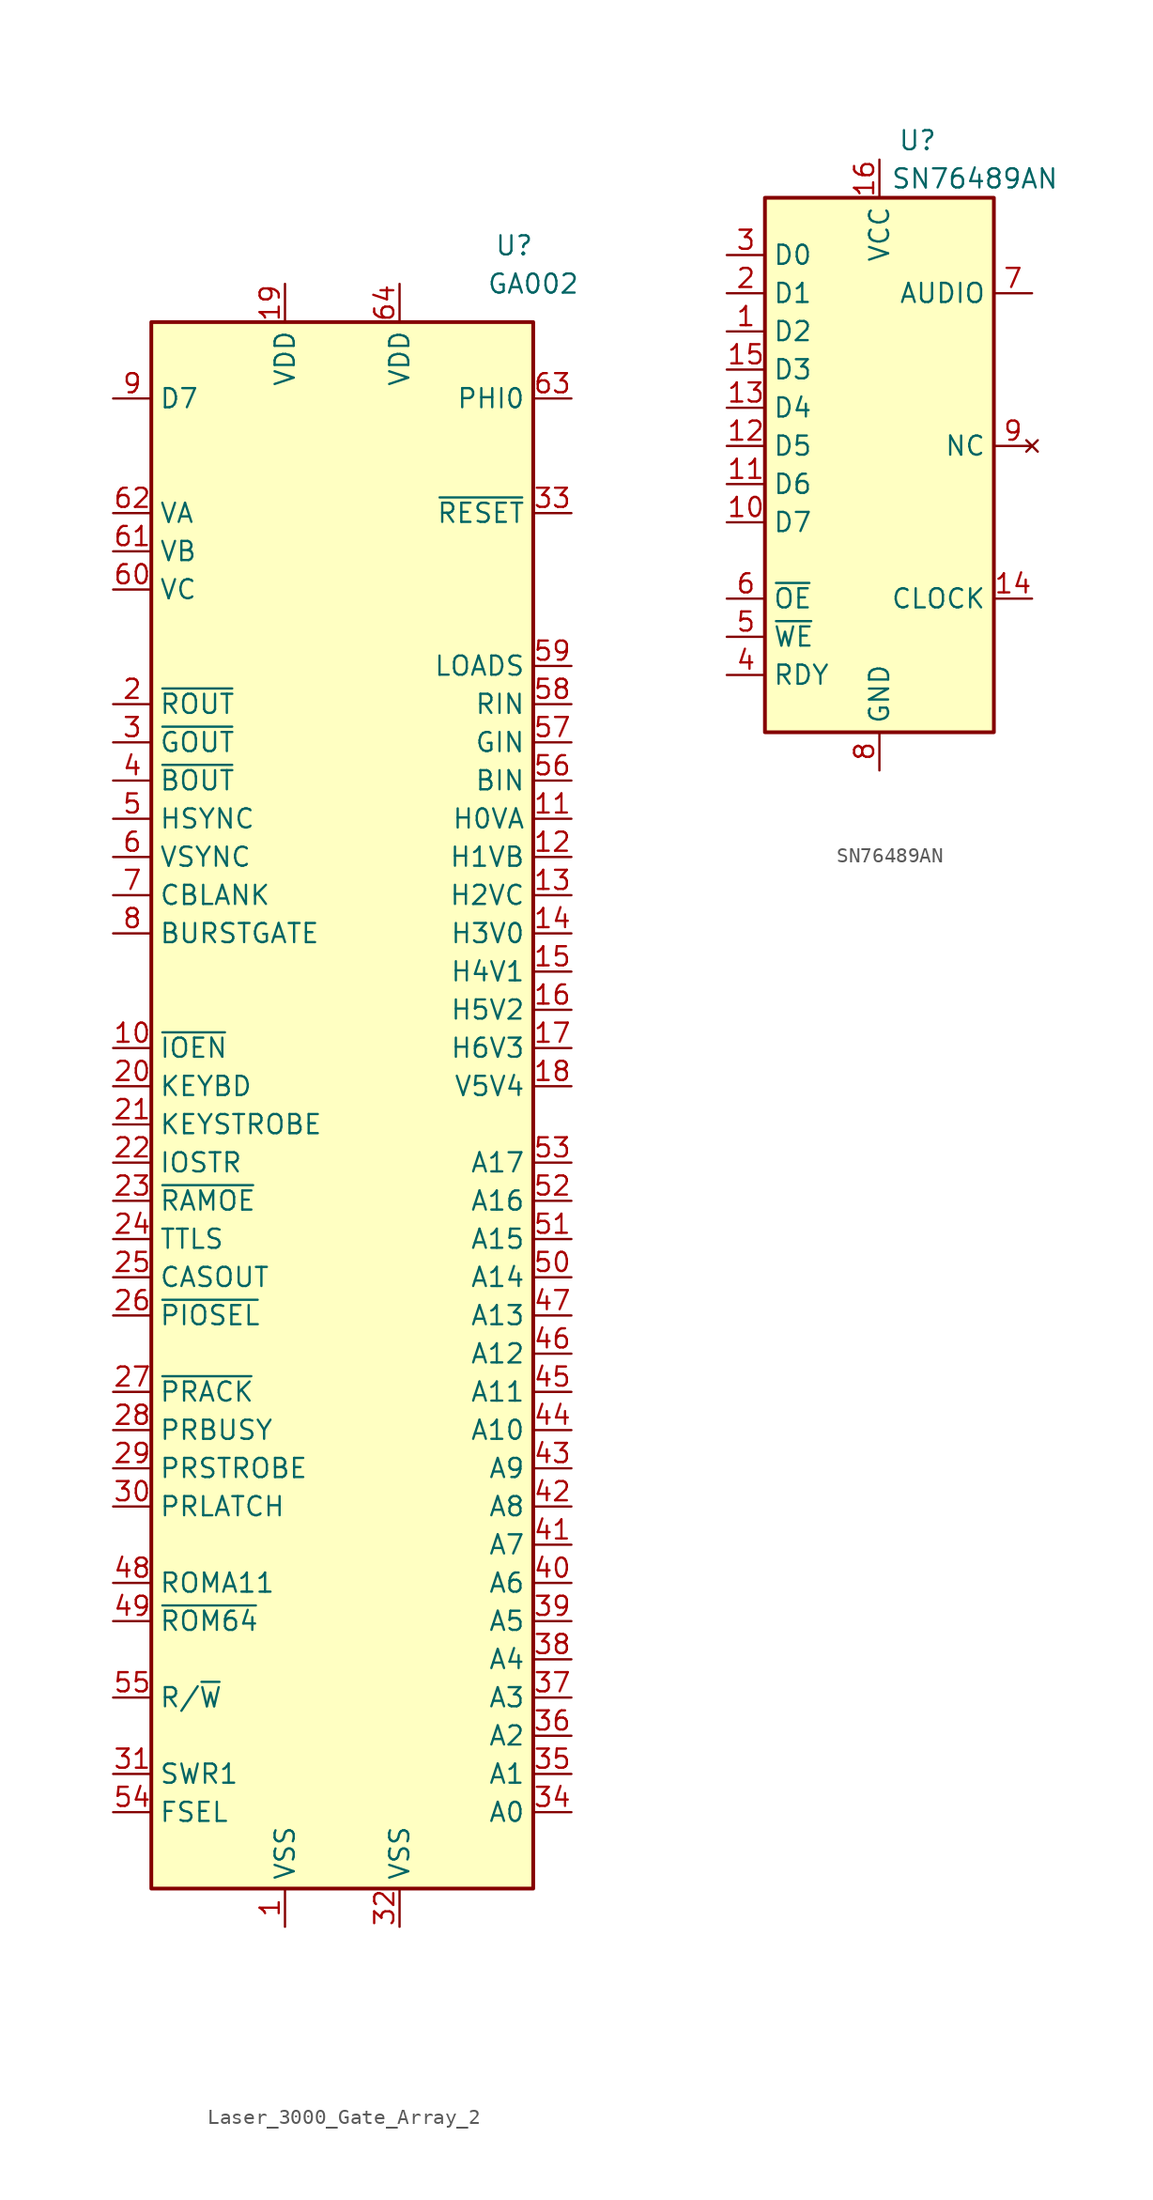
<source format=kicad_sym>
(kicad_symbol_lib
  (version 20220914)
  (generator kicad_symbol_editor)
  (symbol "Laser_3000_Gate_Array_2"
    (property "Reference" "U"
      (at 11.43 1.27 0)
      (effects (font (size 1.27 1.27))))
    (property "Value" "GA002"
      (at 12.7 -1.27 0)
      (effects (font (size 1.27 1.27))))
    (symbol "Laser_3000_Gate_Array_2_1_1"
      (rectangle (start -12.7 -3.81) (end 12.7 -107.95) (stroke (width 0.25) (type default)) (fill (type background)))
      (pin power_in line (at -3.81 -110.49 90) (length 2.54) (name "VSS" (effects (font (size 1.27 1.27)))) (number "1" (effects (font (size 1.27 1.27)))))
      (pin output line (at -15.24 -52.07 0) (length 2.54) (name "~{IOEN}" (effects (font (size 1.27 1.27)))) (number "10" (effects (font (size 1.27 1.27)))))
      (pin input line (at 15.24 -36.83 180) (length 2.54) (name "H0VA" (effects (font (size 1.27 1.27)))) (number "11" (effects (font (size 1.27 1.27)))))
      (pin input line (at 15.24 -39.37 180) (length 2.54) (name "H1VB" (effects (font (size 1.27 1.27)))) (number "12" (effects (font (size 1.27 1.27)))))
      (pin input line (at 15.24 -41.91 180) (length 2.54) (name "H2VC" (effects (font (size 1.27 1.27)))) (number "13" (effects (font (size 1.27 1.27)))))
      (pin input line (at 15.24 -44.45 180) (length 2.54) (name "H3V0" (effects (font (size 1.27 1.27)))) (number "14" (effects (font (size 1.27 1.27)))))
      (pin input line (at 15.24 -46.99 180) (length 2.54) (name "H4V1" (effects (font (size 1.27 1.27)))) (number "15" (effects (font (size 1.27 1.27)))))
      (pin input line (at 15.24 -49.53 180) (length 2.54) (name "H5V2" (effects (font (size 1.27 1.27)))) (number "16" (effects (font (size 1.27 1.27)))))
      (pin input line (at 15.24 -52.07 180) (length 2.54) (name "H6V3" (effects (font (size 1.27 1.27)))) (number "17" (effects (font (size 1.27 1.27)))))
      (pin input line (at 15.24 -54.61 180) (length 2.54) (name "V5V4" (effects (font (size 1.27 1.27)))) (number "18" (effects (font (size 1.27 1.27)))))
      (pin power_in line (at -3.81 -1.27 270) (length 2.54) (name "VDD" (effects (font (size 1.27 1.27)))) (number "19" (effects (font (size 1.27 1.27)))))
      (pin output line (at -15.24 -29.21 0) (length 2.54) (name "~{ROUT}" (effects (font (size 1.27 1.27)))) (number "2" (effects (font (size 1.27 1.27)))))
      (pin output line (at -15.24 -54.61 0) (length 2.54) (name "KEYBD" (effects (font (size 1.27 1.27)))) (number "20" (effects (font (size 1.27 1.27)))))
      (pin output line (at -15.24 -57.15 0) (length 2.54) (name "KEYSTROBE" (effects (font (size 1.27 1.27)))) (number "21" (effects (font (size 1.27 1.27)))))
      (pin output line (at -15.24 -59.69 0) (length 2.54) (name "IOSTR" (effects (font (size 1.27 1.27)))) (number "22" (effects (font (size 1.27 1.27)))))
      (pin output line (at -15.24 -62.23 0) (length 2.54) (name "~{RAMOE}" (effects (font (size 1.27 1.27)))) (number "23" (effects (font (size 1.27 1.27)))))
      (pin output line (at -15.24 -64.77 0) (length 2.54) (name "TTLS" (effects (font (size 1.27 1.27)))) (number "24" (effects (font (size 1.27 1.27)))))
      (pin output line (at -15.24 -67.31 0) (length 2.54) (name "CASOUT" (effects (font (size 1.27 1.27)))) (number "25" (effects (font (size 1.27 1.27)))))
      (pin output line (at -15.24 -69.85 0) (length 2.54) (name "~{PIOSEL}" (effects (font (size 1.27 1.27)))) (number "26" (effects (font (size 1.27 1.27)))))
      (pin input line (at -15.24 -74.93 0) (length 2.54) (name "~{PRACK}" (effects (font (size 1.27 1.27)))) (number "27" (effects (font (size 1.27 1.27)))))
      (pin input line (at -15.24 -77.47 0) (length 2.54) (name "PRBUSY" (effects (font (size 1.27 1.27)))) (number "28" (effects (font (size 1.27 1.27)))))
      (pin output line (at -15.24 -80.01 0) (length 2.54) (name "PRSTROBE" (effects (font (size 1.27 1.27)))) (number "29" (effects (font (size 1.27 1.27)))))
      (pin output line (at -15.24 -31.75 0) (length 2.54) (name "~{GOUT}" (effects (font (size 1.27 1.27)))) (number "3" (effects (font (size 1.27 1.27)))))
      (pin output line (at -15.24 -82.55 0) (length 2.54) (name "PRLATCH" (effects (font (size 1.27 1.27)))) (number "30" (effects (font (size 1.27 1.27)))))
      (pin input line (at -15.24 -100.33 0) (length 2.54) (name "SWR1" (effects (font (size 1.27 1.27)))) (number "31" (effects (font (size 1.27 1.27)))))
      (pin power_in line (at 3.81 -110.49 90) (length 2.54) (name "VSS" (effects (font (size 1.27 1.27)))) (number "32" (effects (font (size 1.27 1.27)))))
      (pin input line (at 15.24 -16.51 180) (length 2.54) (name "~{RESET}" (effects (font (size 1.27 1.27)))) (number "33" (effects (font (size 1.27 1.27)))))
      (pin input line (at 15.24 -102.87 180) (length 2.54) (name "A0" (effects (font (size 1.27 1.27)))) (number "34" (effects (font (size 1.27 1.27)))))
      (pin input line (at 15.24 -100.33 180) (length 2.54) (name "A1" (effects (font (size 1.27 1.27)))) (number "35" (effects (font (size 1.27 1.27)))))
      (pin input line (at 15.24 -97.79 180) (length 2.54) (name "A2" (effects (font (size 1.27 1.27)))) (number "36" (effects (font (size 1.27 1.27)))))
      (pin input line (at 15.24 -95.25 180) (length 2.54) (name "A3" (effects (font (size 1.27 1.27)))) (number "37" (effects (font (size 1.27 1.27)))))
      (pin input line (at 15.24 -92.71 180) (length 2.54) (name "A4" (effects (font (size 1.27 1.27)))) (number "38" (effects (font (size 1.27 1.27)))))
      (pin input line (at 15.24 -90.17 180) (length 2.54) (name "A5" (effects (font (size 1.27 1.27)))) (number "39" (effects (font (size 1.27 1.27)))))
      (pin output line (at -15.24 -34.29 0) (length 2.54) (name "~{BOUT}" (effects (font (size 1.27 1.27)))) (number "4" (effects (font (size 1.27 1.27)))))
      (pin input line (at 15.24 -87.63 180) (length 2.54) (name "A6" (effects (font (size 1.27 1.27)))) (number "40" (effects (font (size 1.27 1.27)))))
      (pin input line (at 15.24 -85.09 180) (length 2.54) (name "A7" (effects (font (size 1.27 1.27)))) (number "41" (effects (font (size 1.27 1.27)))))
      (pin input line (at 15.24 -82.55 180) (length 2.54) (name "A8" (effects (font (size 1.27 1.27)))) (number "42" (effects (font (size 1.27 1.27)))))
      (pin input line (at 15.24 -80.01 180) (length 2.54) (name "A9" (effects (font (size 1.27 1.27)))) (number "43" (effects (font (size 1.27 1.27)))))
      (pin input line (at 15.24 -77.47 180) (length 2.54) (name "A10" (effects (font (size 1.27 1.27)))) (number "44" (effects (font (size 1.27 1.27)))))
      (pin input line (at 15.24 -74.93 180) (length 2.54) (name "A11" (effects (font (size 1.27 1.27)))) (number "45" (effects (font (size 1.27 1.27)))))
      (pin input line (at 15.24 -72.39 180) (length 2.54) (name "A12" (effects (font (size 1.27 1.27)))) (number "46" (effects (font (size 1.27 1.27)))))
      (pin input line (at 15.24 -69.85 180) (length 2.54) (name "A13" (effects (font (size 1.27 1.27)))) (number "47" (effects (font (size 1.27 1.27)))))
      (pin output line (at -15.24 -87.63 0) (length 2.54) (name "ROMA11" (effects (font (size 1.27 1.27)))) (number "48" (effects (font (size 1.27 1.27)))))
      (pin output line (at -15.24 -90.17 0) (length 2.54) (name "~{ROM64}" (effects (font (size 1.27 1.27)))) (number "49" (effects (font (size 1.27 1.27)))))
      (pin output line (at -15.24 -36.83 0) (length 2.54) (name "HSYNC" (effects (font (size 1.27 1.27)))) (number "5" (effects (font (size 1.27 1.27)))))
      (pin input line (at 15.24 -67.31 180) (length 2.54) (name "A14" (effects (font (size 1.27 1.27)))) (number "50" (effects (font (size 1.27 1.27)))))
      (pin input line (at 15.24 -64.77 180) (length 2.54) (name "A15" (effects (font (size 1.27 1.27)))) (number "51" (effects (font (size 1.27 1.27)))))
      (pin input line (at 15.24 -62.23 180) (length 2.54) (name "A16" (effects (font (size 1.27 1.27)))) (number "52" (effects (font (size 1.27 1.27)))))
      (pin input line (at 15.24 -59.69 180) (length 2.54) (name "A17" (effects (font (size 1.27 1.27)))) (number "53" (effects (font (size 1.27 1.27)))))
      (pin input line (at -15.24 -102.87 0) (length 2.54) (name "FSEL" (effects (font (size 1.27 1.27)))) (number "54" (effects (font (size 1.27 1.27)))))
      (pin input line (at -15.24 -95.25 0) (length 2.54) (name "R/~{W}" (effects (font (size 1.27 1.27)))) (number "55" (effects (font (size 1.27 1.27)))))
      (pin input line (at 15.24 -34.29 180) (length 2.54) (name "BIN" (effects (font (size 1.27 1.27)))) (number "56" (effects (font (size 1.27 1.27)))))
      (pin input line (at 15.24 -31.75 180) (length 2.54) (name "GIN" (effects (font (size 1.27 1.27)))) (number "57" (effects (font (size 1.27 1.27)))))
      (pin input line (at 15.24 -29.21 180) (length 2.54) (name "RIN" (effects (font (size 1.27 1.27)))) (number "58" (effects (font (size 1.27 1.27)))))
      (pin input line (at 15.24 -26.67 180) (length 2.54) (name "LOADS" (effects (font (size 1.27 1.27)))) (number "59" (effects (font (size 1.27 1.27)))))
      (pin output line (at -15.24 -39.37 0) (length 2.54) (name "VSYNC" (effects (font (size 1.27 1.27)))) (number "6" (effects (font (size 1.27 1.27)))))
      (pin output line (at -15.24 -21.59 0) (length 2.54) (name "VC" (effects (font (size 1.27 1.27)))) (number "60" (effects (font (size 1.27 1.27)))))
      (pin output line (at -15.24 -19.05 0) (length 2.54) (name "VB" (effects (font (size 1.27 1.27)))) (number "61" (effects (font (size 1.27 1.27)))))
      (pin output line (at -15.24 -16.51 0) (length 2.54) (name "VA" (effects (font (size 1.27 1.27)))) (number "62" (effects (font (size 1.27 1.27)))))
      (pin input line (at 15.24 -8.89 180) (length 2.54) (name "PHI0" (effects (font (size 1.27 1.27)))) (number "63" (effects (font (size 1.27 1.27)))))
      (pin power_in line (at 3.81 -1.27 270) (length 2.54) (name "VDD" (effects (font (size 1.27 1.27)))) (number "64" (effects (font (size 1.27 1.27)))))
      (pin output line (at -15.24 -41.91 0) (length 2.54) (name "CBLANK" (effects (font (size 1.27 1.27)))) (number "7" (effects (font (size 1.27 1.27)))))
      (pin output line (at -15.24 -44.45 0) (length 2.54) (name "BURSTGATE" (effects (font (size 1.27 1.27)))) (number "8" (effects (font (size 1.27 1.27)))))
      (pin bidirectional line (at -15.24 -8.89 0) (length 2.54) (name "D7" (effects (font (size 1.27 1.27)))) (number "9" (effects (font (size 1.27 1.27)))))))
  (symbol "SN76489AN"
    (property "Reference" "U"
      (at 2.54 3.81 0)
      (effects (font (size 1.27 1.27))))
    (property "Value" "SN76489AN"
      (at 6.35 1.27 0)
      (effects (font (size 1.27 1.27))))
    (symbol "SN76489AN_1_1"
      (rectangle (start -7.62 0) (end 7.62 -35.56) (stroke (width 0.25) (type default)) (fill (type background)))
      (pin input line (at -10.16 -8.89 0) (length 2.54) (name "D2" (effects (font (size 1.27 1.27)))) (number "1" (effects (font (size 1.27 1.27)))))
      (pin input line (at -10.16 -21.59 0) (length 2.54) (name "D7" (effects (font (size 1.27 1.27)))) (number "10" (effects (font (size 1.27 1.27)))))
      (pin input line (at -10.16 -19.05 0) (length 2.54) (name "D6" (effects (font (size 1.27 1.27)))) (number "11" (effects (font (size 1.27 1.27)))))
      (pin input line (at -10.16 -16.51 0) (length 2.54) (name "D5" (effects (font (size 1.27 1.27)))) (number "12" (effects (font (size 1.27 1.27)))))
      (pin input line (at -10.16 -13.97 0) (length 2.54) (name "D4" (effects (font (size 1.27 1.27)))) (number "13" (effects (font (size 1.27 1.27)))))
      (pin input line (at 10.16 -26.67 180) (length 2.54) (name "CLOCK" (effects (font (size 1.27 1.27)))) (number "14" (effects (font (size 1.27 1.27)))))
      (pin input line (at -10.16 -11.43 0) (length 2.54) (name "D3" (effects (font (size 1.27 1.27)))) (number "15" (effects (font (size 1.27 1.27)))))
      (pin power_in line (at 0 2.54 270) (length 2.54) (name "VCC" (effects (font (size 1.27 1.27)))) (number "16" (effects (font (size 1.27 1.27)))))
      (pin input line (at -10.16 -6.35 0) (length 2.54) (name "D1" (effects (font (size 1.27 1.27)))) (number "2" (effects (font (size 1.27 1.27)))))
      (pin input line (at -10.16 -3.81 0) (length 2.54) (name "D0" (effects (font (size 1.27 1.27)))) (number "3" (effects (font (size 1.27 1.27)))))
      (pin output line (at -10.16 -31.75 0) (length 2.54) (name "RDY" (effects (font (size 1.27 1.27)))) (number "4" (effects (font (size 1.27 1.27)))))
      (pin input line (at -10.16 -29.21 0) (length 2.54) (name "~{WE}" (effects (font (size 1.27 1.27)))) (number "5" (effects (font (size 1.27 1.27)))))
      (pin input line (at -10.16 -26.67 0) (length 2.54) (name "~{OE}" (effects (font (size 1.27 1.27)))) (number "6" (effects (font (size 1.27 1.27)))))
      (pin output line (at 10.16 -6.35 180) (length 2.54) (name "AUDIO" (effects (font (size 1.27 1.27)))) (number "7" (effects (font (size 1.27 1.27)))))
      (pin power_in line (at 0 -38.1 90) (length 2.54) (name "GND" (effects (font (size 1.27 1.27)))) (number "8" (effects (font (size 1.27 1.27)))))
      (pin no_connect line (at 10.16 -16.51 180) (length 2.54) (name "NC" (effects (font (size 1.27 1.27)))) (number "9" (effects (font (size 1.27 1.27))))))))
</source>
